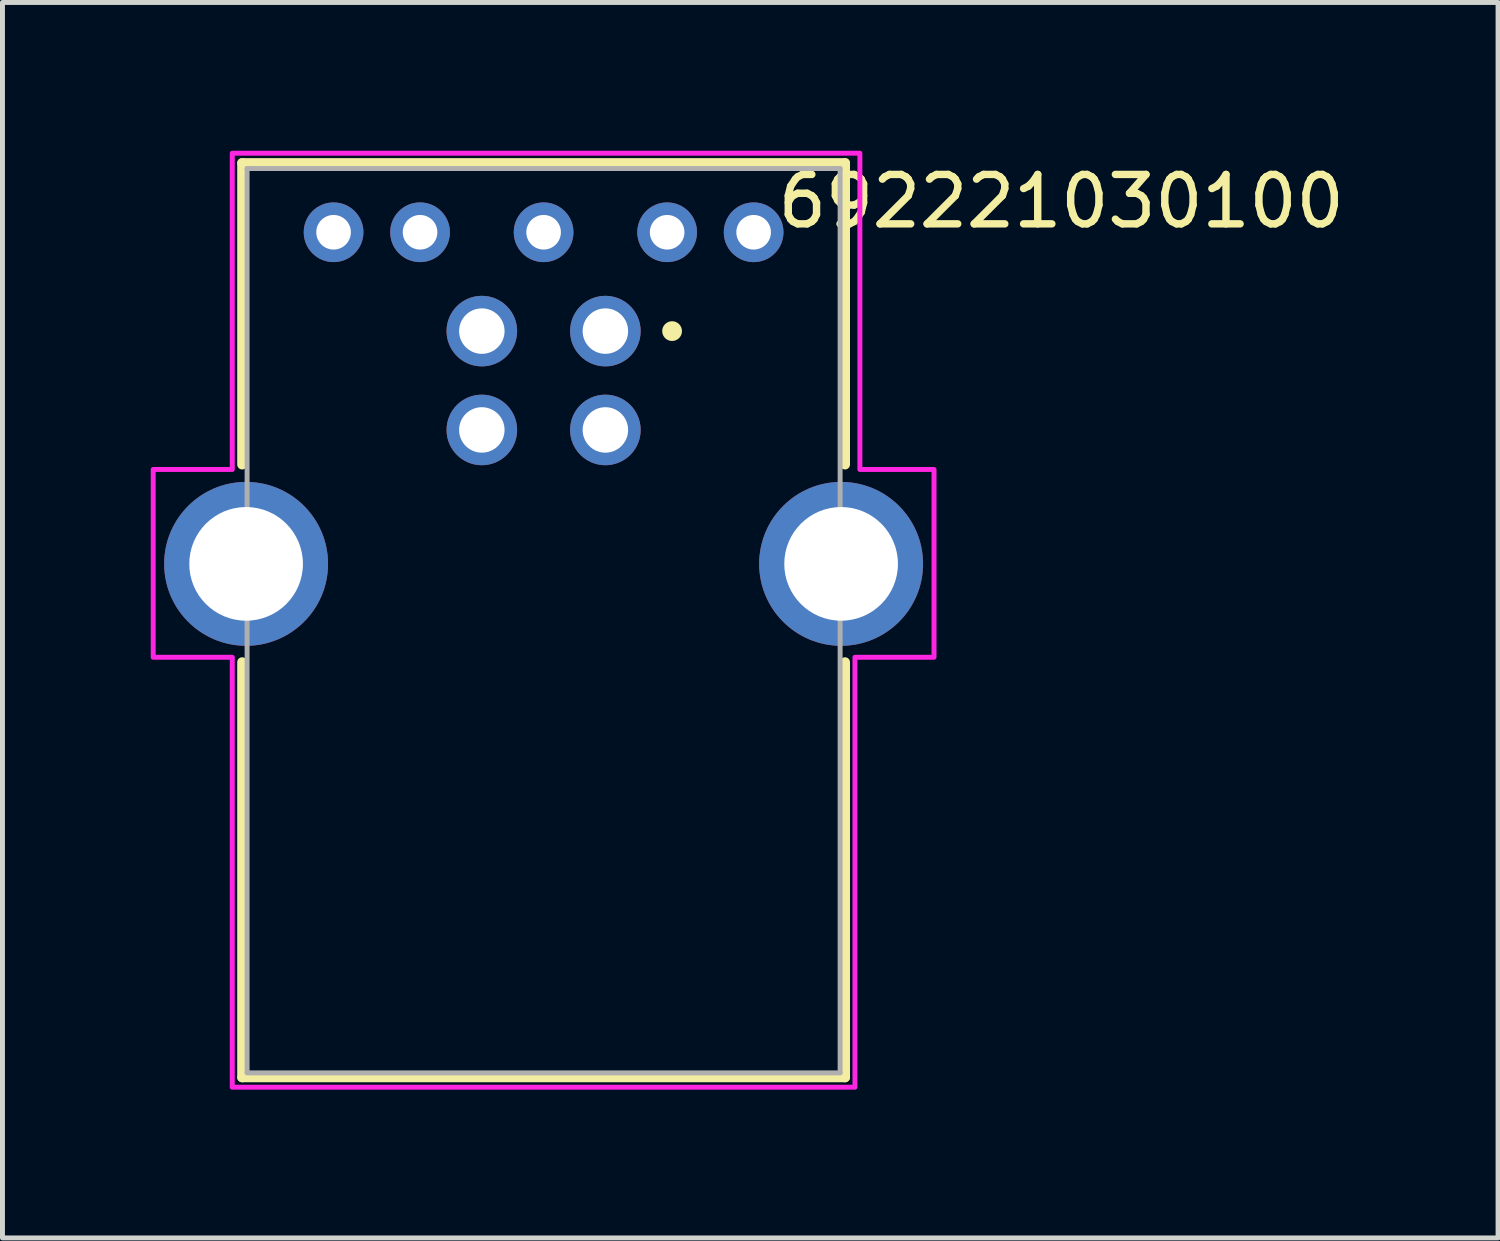
<source format=kicad_pcb>
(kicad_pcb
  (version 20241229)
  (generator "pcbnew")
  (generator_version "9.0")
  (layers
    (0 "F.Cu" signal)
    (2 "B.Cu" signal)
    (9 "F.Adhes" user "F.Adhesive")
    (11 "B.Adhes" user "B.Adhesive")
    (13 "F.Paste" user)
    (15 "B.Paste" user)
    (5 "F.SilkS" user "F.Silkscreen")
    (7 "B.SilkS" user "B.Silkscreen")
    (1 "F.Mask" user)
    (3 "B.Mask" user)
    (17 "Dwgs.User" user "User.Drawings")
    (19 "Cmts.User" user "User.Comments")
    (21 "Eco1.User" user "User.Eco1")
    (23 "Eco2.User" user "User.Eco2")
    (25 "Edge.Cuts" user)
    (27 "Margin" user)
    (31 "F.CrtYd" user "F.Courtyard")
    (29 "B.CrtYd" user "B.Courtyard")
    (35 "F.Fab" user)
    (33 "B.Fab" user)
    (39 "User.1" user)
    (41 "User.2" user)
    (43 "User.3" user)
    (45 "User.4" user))
  (footprint "692221030100"
    (layer "F.Cu")
    (at 7.95 9.51)
    (property "Reference" "692221030100" (at 10.475 -8.485 0) (layer "F.SilkS") (effects (font (size 1 1) (thickness 0.15))))
    (attr through_hole)
    (fp_line (start -6.1 -9.26) (end 6.1 -9.26) (stroke (width 0.2) (type solid)) (layer "F.SilkS"))
    (fp_line (start -6.1 -3.16) (end -6.1 -9.26) (stroke (width 0.2) (type solid)) (layer "F.SilkS"))
    (fp_line (start -6.1 0.84) (end -6.1 9.24) (stroke (width 0.2) (type solid)) (layer "F.SilkS"))
    (fp_line (start -6.1 9.24) (end 6.1 9.24) (stroke (width 0.2) (type solid)) (layer "F.SilkS"))
    (fp_line (start 6.1 -9.26) (end 6.1 -3.16) (stroke (width 0.2) (type solid)) (layer "F.SilkS"))
    (fp_line (start 6.1 9.24) (end 6.1 0.84) (stroke (width 0.2) (type solid)) (layer "F.SilkS"))
    (fp_circle (center 2.6 -5.86) (end 2.7 -5.86) (stroke (width 0.2) (type solid)) (fill no) (layer "F.SilkS"))
    (fp_poly (pts (xy -6.3 -9.46) (xy 6.4 -9.46) (xy 6.4 -3.06) (xy 7.9 -3.06) (xy 7.9 0.74) (xy 6.3 0.74) (xy 6.3 9.44) (xy -6.3 9.44) (xy -6.3 0.74) (xy -7.9 0.74) (xy -7.9 -3.06) (xy -6.3 -3.06)) (stroke (width 0.1) (type solid)) (fill no) (layer "F.CrtYd"))
    (fp_line (start -6 -9.15) (end -6 9.14) (stroke (width 0.1) (type solid)) (layer "F.Fab"))
    (fp_line (start -6 9.15) (end 6 9.15) (stroke (width 0.1) (type solid)) (layer "F.Fab"))
    (fp_line (start 6 -9.15) (end -6 -9.15) (stroke (width 0.1) (type solid)) (layer "F.Fab"))
    (fp_line (start 6 9.14) (end 6 -9.15) (stroke (width 0.1) (type solid)) (layer "F.Fab"))
    (pad "1" thru_hole circle (at 1.25 -5.86) (size 1.428 1.428) (drill 0.92) (layers "*.Cu" "*.Mask"))
    (pad "2" thru_hole circle (at -1.25 -5.86) (size 1.428 1.428) (drill 0.92) (layers "*.Cu" "*.Mask"))
    (pad "3" thru_hole circle (at -1.25 -3.86) (size 1.428 1.428) (drill 0.92) (layers "*.Cu" "*.Mask"))
    (pad "4" thru_hole circle (at 1.25 -3.86) (size 1.428 1.428) (drill 0.92) (layers "*.Cu" "*.Mask"))
    (pad "5" thru_hole circle (at -4.25 -7.86) (size 1.208 1.208) (drill 0.7) (layers "*.Cu" "*.Mask"))
    (pad "6" thru_hole circle (at -2.5 -7.86) (size 1.208 1.208) (drill 0.7) (layers "*.Cu" "*.Mask"))
    (pad "7" thru_hole circle (at 0 -7.86) (size 1.208 1.208) (drill 0.7) (layers "*.Cu" "*.Mask"))
    (pad "8" thru_hole circle (at 2.5 -7.86) (size 1.208 1.208) (drill 0.7) (layers "*.Cu" "*.Mask"))
    (pad "9" thru_hole circle (at 4.25 -7.86) (size 1.208 1.208) (drill 0.7) (layers "*.Cu" "*.Mask"))
    (pad "S1" thru_hole circle (at -6.02 -1.15) (size 3.316 3.316) (drill 2.3) (layers "*.Cu" "*.Mask"))
    (pad "S2" thru_hole circle (at 6.02 -1.15) (size 3.316 3.316) (drill 2.3) (layers "*.Cu" "*.Mask")))
  (gr_rect
    (start -3 -3)
    (end 27.264 22)
    (stroke (width 0.1) (type default))
    (fill no)
    (layer "Edge.Cuts")))
</source>
